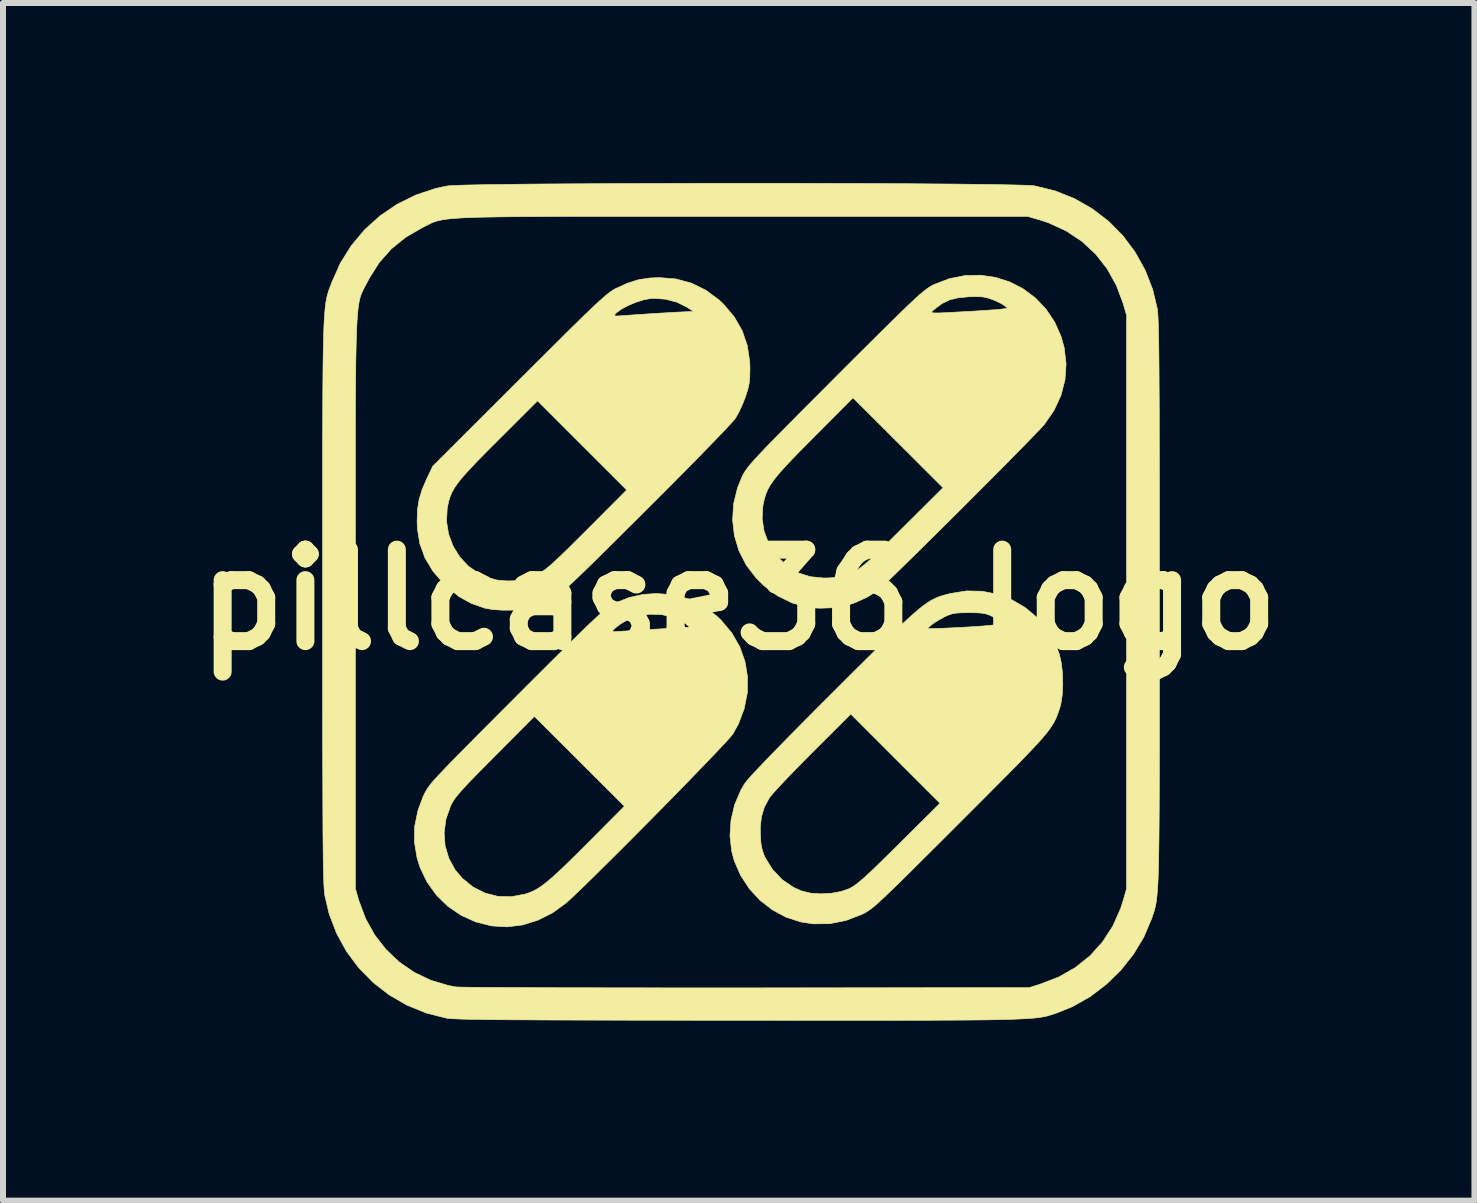
<source format=kicad_pcb>
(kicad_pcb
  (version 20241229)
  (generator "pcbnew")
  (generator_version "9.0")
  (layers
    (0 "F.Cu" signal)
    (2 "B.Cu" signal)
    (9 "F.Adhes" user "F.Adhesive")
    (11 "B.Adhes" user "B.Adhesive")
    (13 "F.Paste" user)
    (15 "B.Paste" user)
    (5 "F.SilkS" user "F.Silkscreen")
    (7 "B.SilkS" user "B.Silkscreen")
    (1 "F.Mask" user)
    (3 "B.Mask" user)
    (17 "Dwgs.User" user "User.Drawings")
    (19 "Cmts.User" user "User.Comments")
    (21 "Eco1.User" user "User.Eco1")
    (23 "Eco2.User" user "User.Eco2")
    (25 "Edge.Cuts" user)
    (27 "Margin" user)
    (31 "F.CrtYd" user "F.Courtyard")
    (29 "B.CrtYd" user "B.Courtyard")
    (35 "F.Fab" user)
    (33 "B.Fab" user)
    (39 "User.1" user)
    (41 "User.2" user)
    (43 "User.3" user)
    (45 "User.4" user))
  (footprint "pillcase36_logo"
    (layer "F.Cu")
    (at 9.26 6.944)
    (property "Reference" "pillcase36_logo" (at 0 0 0) (layer "F.SilkS") (effects (font (size 1.524 1.524) (thickness 0.3))))
    (attr through_hole)
    (fp_poly (pts (xy -1.09 -0.081) (xy -0.832 -0.013) (xy -0.594 0.103) (xy -0.373 0.266) (xy -0.292 0.343) (xy -0.115 0.554) (xy 0.018 0.785) (xy 0.105 1.032) (xy 0.147 1.289) (xy 0.143 1.551) (xy 0.092 1.813) (xy -0.005 2.07) (xy -0.096 2.235) (xy -0.128 2.275) (xy -0.192 2.347) (xy -0.286 2.448) (xy -0.405 2.574) (xy -0.546 2.721) (xy -0.705 2.886) (xy -0.879 3.066) (xy -1.065 3.256) (xy -1.258 3.453) (xy -1.456 3.654) (xy -1.655 3.855) (xy -1.851 4.052) (xy -2.041 4.242) (xy -2.222 4.421) (xy -2.388 4.586) (xy -2.539 4.734) (xy -2.669 4.859) (xy -2.775 4.96) (xy -2.853 5.032) (xy -2.87 5.047) (xy -3.099 5.215) (xy -3.345 5.339) (xy -3.6 5.419) (xy -3.861 5.451) (xy -4.117 5.435) (xy -4.382 5.369) (xy -4.627 5.258) (xy -4.847 5.108) (xy -5.037 4.922) (xy -5.193 4.705) (xy -5.31 4.461) (xy -5.36 4.303) (xy -5.404 4.037) (xy -5.401 3.88) (xy -4.909 3.88) (xy -4.893 4.099) (xy -4.831 4.308) (xy -4.726 4.501) (xy -4.61 4.639) (xy -4.428 4.787) (xy -4.228 4.888) (xy -4.013 4.943) (xy -3.789 4.949) (xy -3.56 4.905) (xy -3.548 4.902) (xy -3.476 4.877) (xy -3.405 4.845) (xy -3.331 4.802) (xy -3.251 4.746) (xy -3.159 4.672) (xy -3.051 4.577) (xy -2.924 4.458) (xy -2.772 4.31) (xy -2.592 4.131) (xy -2.496 4.035) (xy -1.905 3.441) (xy -3.405 1.943) (xy -4.064 2.606) (xy -4.239 2.782) (xy -4.382 2.928) (xy -4.497 3.046) (xy -4.586 3.142) (xy -4.655 3.22) (xy -4.708 3.283) (xy -4.747 3.337) (xy -4.776 3.386) (xy -4.801 3.434) (xy -4.802 3.437) (xy -4.879 3.657) (xy -4.909 3.88) (xy -5.401 3.88) (xy -5.399 3.774) (xy -5.345 3.51) (xy -5.257 3.275) (xy -5.233 3.226) (xy -5.208 3.18) (xy -5.178 3.132) (xy -5.138 3.078) (xy -5.085 3.015) (xy -5.015 2.938) (xy -4.925 2.843) (xy -4.812 2.725) (xy -4.671 2.581) (xy -4.498 2.407) (xy -4.442 2.349) (xy -4.243 2.149) (xy -4.019 1.924) (xy -3.78 1.685) (xy -3.538 1.442) (xy -3.302 1.207) (xy -3.085 0.99) (xy -2.967 0.874) (xy -2.778 0.687) (xy -2.621 0.532) (xy -2.1 0.532) (xy -2.094 0.533) (xy -2.063 0.532) (xy -1.988 0.527) (xy -1.878 0.521) (xy -1.738 0.512) (xy -1.577 0.503) (xy -1.46 0.495) (xy -1.289 0.485) (xy -1.134 0.476) (xy -1.003 0.468) (xy -0.903 0.462) (xy -0.842 0.458) (xy -0.826 0.458) (xy -0.83 0.445) (xy -0.867 0.414) (xy -0.896 0.392) (xy -1.077 0.299) (xy -1.277 0.249) (xy -1.486 0.241) (xy -1.694 0.278) (xy -1.872 0.347) (xy -1.945 0.388) (xy -2.013 0.435) (xy -2.067 0.48) (xy -2.099 0.515) (xy -2.1 0.532) (xy -2.621 0.532) (xy -2.621 0.532) (xy -2.492 0.407) (xy -2.386 0.307) (xy -2.3 0.229) (xy -2.23 0.169) (xy -2.172 0.124) (xy -2.122 0.09) (xy -2.076 0.064) (xy -2.057 0.055) (xy -1.824 -0.038) (xy -1.59 -0.089) (xy -1.368 -0.104) (xy -1.09 -0.081)) (stroke (width 0.01) (type solid)) (fill yes) (layer "F.SilkS"))
    (fp_poly (pts (xy 4.282 -5.371) (xy 4.521 -5.294) (xy 4.745 -5.178) (xy 4.946 -5.027) (xy 5.121 -4.842) (xy 5.265 -4.627) (xy 5.373 -4.383) (xy 5.424 -4.198) (xy 5.455 -3.93) (xy 5.437 -3.665) (xy 5.37 -3.406) (xy 5.256 -3.158) (xy 5.096 -2.926) (xy 5.093 -2.923) (xy 5.052 -2.876) (xy 4.978 -2.798) (xy 4.876 -2.693) (xy 4.75 -2.563) (xy 4.602 -2.413) (xy 4.437 -2.246) (xy 4.258 -2.065) (xy 4.069 -1.876) (xy 3.874 -1.68) (xy 3.675 -1.481) (xy 3.477 -1.284) (xy 3.283 -1.092) (xy 3.097 -0.908) (xy 2.923 -0.736) (xy 2.763 -0.579) (xy 2.623 -0.442) (xy 2.504 -0.327) (xy 2.412 -0.239) (xy 2.349 -0.181) (xy 2.324 -0.16) (xy 2.149 -0.048) (xy 1.948 0.045) (xy 1.83 0.086) (xy 1.692 0.116) (xy 1.528 0.135) (xy 1.359 0.141) (xy 1.207 0.134) (xy 1.152 0.126) (xy 0.891 0.054) (xy 0.648 -0.065) (xy 0.424 -0.231) (xy 0.291 -0.362) (xy 0.125 -0.579) (xy 0.004 -0.816) (xy -0.072 -1.069) (xy -0.102 -1.331) (xy -0.1 -1.355) (xy 0.39 -1.355) (xy 0.422 -1.144) (xy 0.498 -0.941) (xy 0.614 -0.756) (xy 0.664 -0.697) (xy 0.827 -0.548) (xy 1 -0.445) (xy 1.193 -0.384) (xy 1.413 -0.362) (xy 1.486 -0.363) (xy 1.61 -0.37) (xy 1.704 -0.383) (xy 1.789 -0.409) (xy 1.887 -0.451) (xy 1.89 -0.452) (xy 1.939 -0.477) (xy 1.988 -0.506) (xy 2.04 -0.542) (xy 2.101 -0.59) (xy 2.174 -0.654) (xy 2.264 -0.738) (xy 2.375 -0.845) (xy 2.512 -0.979) (xy 2.678 -1.144) (xy 2.735 -1.201) (xy 3.405 -1.867) (xy 1.904 -3.365) (xy 1.247 -2.705) (xy 1.057 -2.513) (xy 0.9 -2.352) (xy 0.772 -2.216) (xy 0.67 -2.102) (xy 0.591 -2.004) (xy 0.531 -1.919) (xy 0.486 -1.84) (xy 0.453 -1.763) (xy 0.429 -1.685) (xy 0.41 -1.599) (xy 0.403 -1.565) (xy 0.39 -1.355) (xy -0.1 -1.355) (xy -0.085 -1.598) (xy -0.02 -1.864) (xy 0.056 -2.051) (xy 0.08 -2.098) (xy 0.109 -2.145) (xy 0.147 -2.198) (xy 0.197 -2.26) (xy 0.263 -2.335) (xy 0.349 -2.428) (xy 0.457 -2.542) (xy 0.593 -2.681) (xy 0.759 -2.849) (xy 0.871 -2.963) (xy 1.072 -3.166) (xy 1.298 -3.392) (xy 1.538 -3.633) (xy 1.781 -3.877) (xy 2.017 -4.112) (xy 2.235 -4.328) (xy 2.345 -4.438) (xy 2.534 -4.624) (xy 2.691 -4.778) (xy 2.705 -4.791) (xy 3.214 -4.791) (xy 3.228 -4.782) (xy 3.266 -4.779) (xy 3.335 -4.779) (xy 3.439 -4.783) (xy 3.583 -4.791) (xy 3.772 -4.801) (xy 3.932 -4.81) (xy 4.082 -4.82) (xy 4.213 -4.829) (xy 4.312 -4.836) (xy 4.369 -4.842) (xy 4.483 -4.856) (xy 4.425 -4.903) (xy 4.369 -4.938) (xy 4.286 -4.978) (xy 4.222 -5.005) (xy 4.14 -5.032) (xy 4.062 -5.047) (xy 3.97 -5.052) (xy 3.846 -5.049) (xy 3.835 -5.049) (xy 3.658 -5.032) (xy 3.514 -4.997) (xy 3.39 -4.937) (xy 3.275 -4.852) (xy 3.243 -4.825) (xy 3.221 -4.805) (xy 3.214 -4.791) (xy 2.705 -4.791) (xy 2.82 -4.903) (xy 2.926 -5.002) (xy 3.011 -5.08) (xy 3.081 -5.139) (xy 3.139 -5.184) (xy 3.19 -5.218) (xy 3.236 -5.244) (xy 3.253 -5.252) (xy 3.511 -5.351) (xy 3.771 -5.402) (xy 4.03 -5.408) (xy 4.282 -5.371)) (stroke (width 0.01) (type solid)) (fill yes) (layer "F.SilkS"))
    (fp_poly (pts (xy -1.043 -5.345) (xy -0.784 -5.274) (xy -0.544 -5.156) (xy -0.324 -4.992) (xy -0.255 -4.927) (xy -0.075 -4.714) (xy 0.058 -4.483) (xy 0.144 -4.231) (xy 0.184 -3.96) (xy 0.187 -3.848) (xy 0.184 -3.713) (xy 0.174 -3.606) (xy 0.152 -3.507) (xy 0.116 -3.392) (xy 0.111 -3.377) (xy 0.064 -3.258) (xy 0.008 -3.137) (xy -0.047 -3.038) (xy -0.057 -3.021) (xy -0.09 -2.982) (xy -0.156 -2.909) (xy -0.251 -2.807) (xy -0.374 -2.679) (xy -0.522 -2.527) (xy -0.69 -2.354) (xy -0.877 -2.165) (xy -1.078 -1.961) (xy -1.292 -1.746) (xy -1.516 -1.523) (xy -1.554 -1.484) (xy -1.816 -1.224) (xy -2.044 -0.998) (xy -2.241 -0.802) (xy -2.41 -0.635) (xy -2.555 -0.494) (xy -2.676 -0.377) (xy -2.778 -0.281) (xy -2.862 -0.203) (xy -2.931 -0.141) (xy -2.989 -0.093) (xy -3.036 -0.056) (xy -3.078 -0.028) (xy -3.114 -0.006) (xy -3.137 0.006) (xy -3.249 0.058) (xy -3.371 0.106) (xy -3.471 0.138) (xy -3.605 0.161) (xy -3.768 0.173) (xy -3.939 0.174) (xy -4.1 0.163) (xy -4.231 0.14) (xy -4.234 0.139) (xy -4.457 0.061) (xy -4.657 -0.05) (xy -4.848 -0.202) (xy -4.915 -0.266) (xy -5.096 -0.476) (xy -5.228 -0.697) (xy -5.314 -0.933) (xy -5.355 -1.189) (xy -5.359 -1.305) (xy -4.869 -1.305) (xy -4.835 -1.094) (xy -4.76 -0.893) (xy -4.647 -0.711) (xy -4.501 -0.556) (xy -4.34 -0.445) (xy -4.183 -0.371) (xy -4.033 -0.329) (xy -3.869 -0.314) (xy -3.763 -0.315) (xy -3.643 -0.324) (xy -3.549 -0.341) (xy -3.459 -0.373) (xy -3.369 -0.415) (xy -3.318 -0.443) (xy -3.267 -0.474) (xy -3.212 -0.514) (xy -3.148 -0.566) (xy -3.072 -0.634) (xy -2.978 -0.722) (xy -2.862 -0.834) (xy -2.721 -0.974) (xy -2.548 -1.146) (xy -2.527 -1.167) (xy -1.867 -1.829) (xy -3.353 -3.314) (xy -4.014 -2.654) (xy -4.205 -2.463) (xy -4.363 -2.302) (xy -4.491 -2.167) (xy -4.593 -2.054) (xy -4.672 -1.957) (xy -4.732 -1.872) (xy -4.777 -1.794) (xy -4.809 -1.719) (xy -4.833 -1.641) (xy -4.851 -1.557) (xy -4.858 -1.517) (xy -4.869 -1.305) (xy -5.359 -1.305) (xy -5.359 -1.317) (xy -5.352 -1.508) (xy -5.325 -1.674) (xy -5.275 -1.838) (xy -5.202 -2.007) (xy -5.1 -2.223) (xy -3.661 -3.66) (xy -3.397 -3.923) (xy -3.166 -4.153) (xy -2.966 -4.352) (xy -2.794 -4.523) (xy -2.647 -4.667) (xy -2.566 -4.746) (xy -2.069 -4.746) (xy -2.069 -4.732) (xy -2.04 -4.728) (xy -1.974 -4.731) (xy -1.904 -4.736) (xy -1.81 -4.743) (xy -1.68 -4.752) (xy -1.529 -4.762) (xy -1.371 -4.772) (xy -1.309 -4.776) (xy -1.164 -4.784) (xy -1.032 -4.792) (xy -0.923 -4.797) (xy -0.849 -4.8) (xy -0.826 -4.801) (xy -0.749 -4.801) (xy -0.864 -4.876) (xy -1.029 -4.958) (xy -1.219 -5.008) (xy -1.414 -5.023) (xy -1.473 -5.019) (xy -1.587 -4.997) (xy -1.716 -4.956) (xy -1.844 -4.902) (xy -1.957 -4.842) (xy -2.038 -4.782) (xy -2.049 -4.771) (xy -2.069 -4.746) (xy -2.566 -4.746) (xy -2.523 -4.787) (xy -2.42 -4.886) (xy -2.334 -4.966) (xy -2.262 -5.03) (xy -2.204 -5.08) (xy -2.155 -5.118) (xy -2.113 -5.148) (xy -2.076 -5.171) (xy -2.045 -5.188) (xy -1.851 -5.276) (xy -1.673 -5.332) (xy -1.489 -5.361) (xy -1.321 -5.368) (xy -1.043 -5.345)) (stroke (width 0.01) (type solid)) (fill yes) (layer "F.SilkS"))
    (fp_poly (pts (xy 4.057 -0.141) (xy 4.311 -0.091) (xy 4.551 0.001) (xy 4.773 0.13) (xy 4.97 0.295) (xy 5.138 0.492) (xy 5.27 0.718) (xy 5.341 0.901) (xy 5.375 1.049) (xy 5.395 1.224) (xy 5.4 1.409) (xy 5.391 1.587) (xy 5.367 1.741) (xy 5.35 1.803) (xy 5.328 1.868) (xy 5.306 1.927) (xy 5.284 1.982) (xy 5.257 2.036) (xy 5.223 2.093) (xy 5.181 2.155) (xy 5.127 2.225) (xy 5.06 2.305) (xy 4.976 2.399) (xy 4.874 2.509) (xy 4.751 2.637) (xy 4.604 2.788) (xy 4.431 2.963) (xy 4.23 3.165) (xy 3.999 3.397) (xy 3.734 3.662) (xy 3.698 3.698) (xy 3.435 3.961) (xy 3.205 4.19) (xy 3.006 4.388) (xy 2.835 4.558) (xy 2.69 4.701) (xy 2.567 4.821) (xy 2.464 4.92) (xy 2.379 5) (xy 2.309 5.064) (xy 2.251 5.114) (xy 2.202 5.152) (xy 2.16 5.182) (xy 2.123 5.206) (xy 2.088 5.225) (xy 2.054 5.242) (xy 1.786 5.345) (xy 1.516 5.398) (xy 1.244 5.401) (xy 1.041 5.371) (xy 0.793 5.292) (xy 0.563 5.169) (xy 0.355 5.008) (xy 0.177 4.815) (xy 0.032 4.594) (xy -0.074 4.351) (xy -0.117 4.191) (xy -0.146 3.936) (xy -0.136 3.789) (xy 0.359 3.789) (xy 0.361 3.921) (xy 0.37 4.054) (xy 0.388 4.155) (xy 0.417 4.243) (xy 0.439 4.294) (xy 0.563 4.495) (xy 0.722 4.663) (xy 0.913 4.793) (xy 1.05 4.854) (xy 1.195 4.889) (xy 1.367 4.901) (xy 1.547 4.891) (xy 1.716 4.859) (xy 1.841 4.815) (xy 1.887 4.79) (xy 1.938 4.757) (xy 1.997 4.711) (xy 2.07 4.65) (xy 2.159 4.569) (xy 2.27 4.464) (xy 2.405 4.332) (xy 2.57 4.17) (xy 2.674 4.067) (xy 3.354 3.392) (xy 2.61 2.649) (xy 1.867 1.905) (xy 1.225 2.546) (xy 1.072 2.7) (xy 0.929 2.846) (xy 0.799 2.981) (xy 0.687 3.1) (xy 0.598 3.197) (xy 0.537 3.267) (xy 0.51 3.302) (xy 0.427 3.457) (xy 0.379 3.614) (xy 0.359 3.789) (xy -0.136 3.789) (xy -0.129 3.674) (xy -0.068 3.417) (xy 0.035 3.174) (xy 0.101 3.062) (xy 0.141 3.011) (xy 0.218 2.924) (xy 0.329 2.805) (xy 0.474 2.653) (xy 0.653 2.469) (xy 0.863 2.254) (xy 1.106 2.009) (xy 1.379 1.734) (xy 1.593 1.521) (xy 1.862 1.252) (xy 2.099 1.017) (xy 2.305 0.813) (xy 2.483 0.638) (xy 2.637 0.489) (xy 2.646 0.481) (xy 3.137 0.481) (xy 3.277 0.479) (xy 3.347 0.477) (xy 3.457 0.473) (xy 3.595 0.466) (xy 3.752 0.458) (xy 3.906 0.449) (xy 4.066 0.438) (xy 4.202 0.426) (xy 4.308 0.414) (xy 4.377 0.403) (xy 4.401 0.394) (xy 4.383 0.37) (xy 4.33 0.334) (xy 4.255 0.292) (xy 4.181 0.257) (xy 4.117 0.235) (xy 4.049 0.223) (xy 3.96 0.217) (xy 3.837 0.216) (xy 3.835 0.216) (xy 3.71 0.217) (xy 3.62 0.223) (xy 3.551 0.236) (xy 3.488 0.258) (xy 3.429 0.285) (xy 3.338 0.335) (xy 3.254 0.387) (xy 3.213 0.418) (xy 3.137 0.481) (xy 2.646 0.481) (xy 2.77 0.364) (xy 2.883 0.26) (xy 2.981 0.175) (xy 3.065 0.107) (xy 3.14 0.053) (xy 3.207 0.011) (xy 3.269 -0.021) (xy 3.33 -0.047) (xy 3.392 -0.068) (xy 3.459 -0.086) (xy 3.532 -0.105) (xy 3.533 -0.105) (xy 3.796 -0.147) (xy 4.057 -0.141)) (stroke (width 0.01) (type solid)) (fill yes) (layer "F.SilkS"))
    (fp_poly (pts (xy 0.425 -6.939) (xy 0.863 -6.939) (xy 1.294 -6.938) (xy 1.716 -6.937) (xy 2.126 -6.936) (xy 2.52 -6.934) (xy 2.896 -6.932) (xy 3.25 -6.929) (xy 3.58 -6.927) (xy 3.881 -6.923) (xy 4.152 -6.92) (xy 4.388 -6.916) (xy 4.586 -6.912) (xy 4.744 -6.908) (xy 4.858 -6.903) (xy 4.925 -6.898) (xy 4.934 -6.896) (xy 5.276 -6.812) (xy 5.597 -6.683) (xy 5.894 -6.513) (xy 6.164 -6.306) (xy 6.402 -6.065) (xy 6.606 -5.792) (xy 6.773 -5.493) (xy 6.898 -5.17) (xy 6.973 -4.858) (xy 6.977 -4.826) (xy 6.982 -4.784) (xy 6.986 -4.73) (xy 6.989 -4.662) (xy 6.992 -4.577) (xy 6.995 -4.474) (xy 6.998 -4.351) (xy 7 -4.205) (xy 7.002 -4.033) (xy 7.004 -3.835) (xy 7.005 -3.607) (xy 7.007 -3.348) (xy 7.008 -3.055) (xy 7.008 -2.726) (xy 7.009 -2.359) (xy 7.01 -1.952) (xy 7.01 -1.502) (xy 7.01 -1.008) (xy 7.01 -0.467) (xy 7.01 0.038) (xy 7.01 0.623) (xy 7.01 1.16) (xy 7.01 1.65) (xy 7.01 2.097) (xy 7.01 2.501) (xy 7.009 2.866) (xy 7.008 3.194) (xy 7.007 3.487) (xy 7.005 3.748) (xy 7.003 3.978) (xy 7 4.18) (xy 6.997 4.356) (xy 6.993 4.508) (xy 6.989 4.64) (xy 6.983 4.752) (xy 6.977 4.847) (xy 6.97 4.928) (xy 6.962 4.997) (xy 6.954 5.055) (xy 6.944 5.106) (xy 6.933 5.152) (xy 6.921 5.194) (xy 6.907 5.236) (xy 6.893 5.278) (xy 6.88 5.316) (xy 6.751 5.62) (xy 6.578 5.907) (xy 6.367 6.173) (xy 6.124 6.41) (xy 5.854 6.615) (xy 5.562 6.78) (xy 5.316 6.88) (xy 5.27 6.896) (xy 5.228 6.91) (xy 5.186 6.923) (xy 5.144 6.935) (xy 5.098 6.946) (xy 5.045 6.955) (xy 4.985 6.964) (xy 4.915 6.972) (xy 4.832 6.978) (xy 4.734 6.984) (xy 4.619 6.989) (xy 4.484 6.994) (xy 4.328 6.997) (xy 4.148 7.001) (xy 3.942 7.003) (xy 3.707 7.005) (xy 3.442 7.006) (xy 3.144 7.008) (xy 2.81 7.008) (xy 2.439 7.009) (xy 2.028 7.009) (xy 1.575 7.009) (xy 1.078 7.009) (xy 0.534 7.008) (xy 0.016 7.008) (xy -0.583 7.008) (xy -1.132 7.007) (xy -1.635 7.007) (xy -2.093 7.006) (xy -2.507 7.005) (xy -2.881 7.004) (xy -3.216 7.003) (xy -3.513 7.001) (xy -3.775 7) (xy -4.004 6.998) (xy -4.201 6.996) (xy -4.369 6.993) (xy -4.51 6.991) (xy -4.625 6.988) (xy -4.716 6.984) (xy -4.786 6.981) (xy -4.836 6.977) (xy -4.868 6.973) (xy -4.868 6.973) (xy -5.21 6.886) (xy -5.531 6.755) (xy -5.828 6.583) (xy -6.096 6.374) (xy -6.334 6.131) (xy -6.537 5.858) (xy -6.702 5.557) (xy -6.825 5.234) (xy -6.896 4.934) (xy -6.901 4.902) (xy -6.905 4.86) (xy -6.909 4.806) (xy -6.913 4.738) (xy -6.916 4.653) (xy -6.919 4.551) (xy -6.922 4.427) (xy -6.924 4.281) (xy -6.926 4.109) (xy -6.928 3.911) (xy -6.929 3.683) (xy -6.93 3.424) (xy -6.931 3.131) (xy -6.932 2.802) (xy -6.933 2.435) (xy -6.933 2.028) (xy -6.934 1.578) (xy -6.934 1.084) (xy -6.934 0.543) (xy -6.934 0.041) (xy -6.934 -0.545) (xy -6.934 -1.083) (xy -6.934 -1.574) (xy -6.934 -1.65) (xy -6.388 -1.65) (xy -6.388 -1.163) (xy -6.388 -0.631) (xy -6.388 -0.05) (xy -6.388 0.064) (xy -6.388 4.813) (xy -6.33 5.015) (xy -6.218 5.314) (xy -6.067 5.586) (xy -5.878 5.828) (xy -5.658 6.037) (xy -5.408 6.209) (xy -5.133 6.341) (xy -4.837 6.429) (xy -4.712 6.452) (xy -4.674 6.454) (xy -4.587 6.456) (xy -4.455 6.458) (xy -4.28 6.459) (xy -4.064 6.461) (xy -3.811 6.462) (xy -3.522 6.463) (xy -3.201 6.465) (xy -2.849 6.466) (xy -2.47 6.466) (xy -2.066 6.467) (xy -1.64 6.467) (xy -1.194 6.468) (xy -0.731 6.468) (xy -0.253 6.468) (xy 0.127 6.468) (xy 4.839 6.464) (xy 5.024 6.406) (xy 5.335 6.286) (xy 5.613 6.127) (xy 5.856 5.932) (xy 6.064 5.701) (xy 6.234 5.438) (xy 6.365 5.143) (xy 6.407 5.011) (xy 6.464 4.813) (xy 6.464 -4.737) (xy 6.407 -4.935) (xy 6.293 -5.24) (xy 6.139 -5.516) (xy 5.947 -5.761) (xy 5.719 -5.972) (xy 5.459 -6.145) (xy 5.168 -6.279) (xy 5.015 -6.33) (xy 4.813 -6.388) (xy 0.064 -6.388) (xy -0.526 -6.388) (xy -1.066 -6.388) (xy -1.56 -6.388) (xy -2.011 -6.388) (xy -2.419 -6.388) (xy -2.787 -6.388) (xy -3.119 -6.387) (xy -3.415 -6.385) (xy -3.678 -6.384) (xy -3.91 -6.381) (xy -4.114 -6.378) (xy -4.292 -6.375) (xy -4.445 -6.37) (xy -4.577 -6.365) (xy -4.689 -6.358) (xy -4.784 -6.351) (xy -4.864 -6.342) (xy -4.931 -6.332) (xy -4.988 -6.321) (xy -5.036 -6.309) (xy -5.077 -6.295) (xy -5.115 -6.28) (xy -5.151 -6.262) (xy -5.188 -6.244) (xy -5.228 -6.223) (xy -5.272 -6.201) (xy -5.274 -6.2) (xy -5.55 -6.04) (xy -5.789 -5.847) (xy -5.991 -5.619) (xy -6.159 -5.353) (xy -6.184 -5.304) (xy -6.209 -5.257) (xy -6.231 -5.216) (xy -6.251 -5.177) (xy -6.27 -5.14) (xy -6.286 -5.102) (xy -6.302 -5.06) (xy -6.315 -5.012) (xy -6.327 -4.956) (xy -6.338 -4.891) (xy -6.347 -4.813) (xy -6.355 -4.72) (xy -6.362 -4.61) (xy -6.368 -4.481) (xy -6.373 -4.331) (xy -6.377 -4.157) (xy -6.381 -3.958) (xy -6.383 -3.73) (xy -6.385 -3.472) (xy -6.387 -3.182) (xy -6.388 -2.856) (xy -6.388 -2.494) (xy -6.388 -2.093) (xy -6.388 -1.65) (xy -6.934 -1.65) (xy -6.934 -2.022) (xy -6.934 -2.427) (xy -6.933 -2.794) (xy -6.932 -3.123) (xy -6.931 -3.417) (xy -6.929 -3.679) (xy -6.927 -3.91) (xy -6.924 -4.113) (xy -6.92 -4.29) (xy -6.916 -4.444) (xy -6.911 -4.576) (xy -6.905 -4.69) (xy -6.898 -4.786) (xy -6.89 -4.869) (xy -6.882 -4.939) (xy -6.872 -4.999) (xy -6.861 -5.051) (xy -6.848 -5.098) (xy -6.835 -5.142) (xy -6.82 -5.185) (xy -6.803 -5.229) (xy -6.785 -5.278) (xy -6.781 -5.288) (xy -6.638 -5.609) (xy -6.454 -5.903) (xy -6.232 -6.167) (xy -5.977 -6.397) (xy -5.693 -6.59) (xy -5.383 -6.743) (xy -5.051 -6.854) (xy -4.86 -6.895) (xy -4.804 -6.9) (xy -4.701 -6.905) (xy -4.553 -6.91) (xy -4.363 -6.914) (xy -4.136 -6.918) (xy -3.873 -6.921) (xy -3.579 -6.925) (xy -3.256 -6.928) (xy -2.907 -6.93) (xy -2.536 -6.932) (xy -2.146 -6.934) (xy -1.739 -6.936) (xy -1.32 -6.937) (xy -0.89 -6.938) (xy -0.454 -6.939) (xy -0.015 -6.939) (xy 0.425 -6.939)) (stroke (width 0.01) (type solid)) (fill yes) (layer "F.SilkS")))
  (gr_rect
    (start -3 -3)
    (end 21.52 16.958)
    (stroke (width 0.1) (type default))
    (fill no)
    (layer "Edge.Cuts")))
</source>
